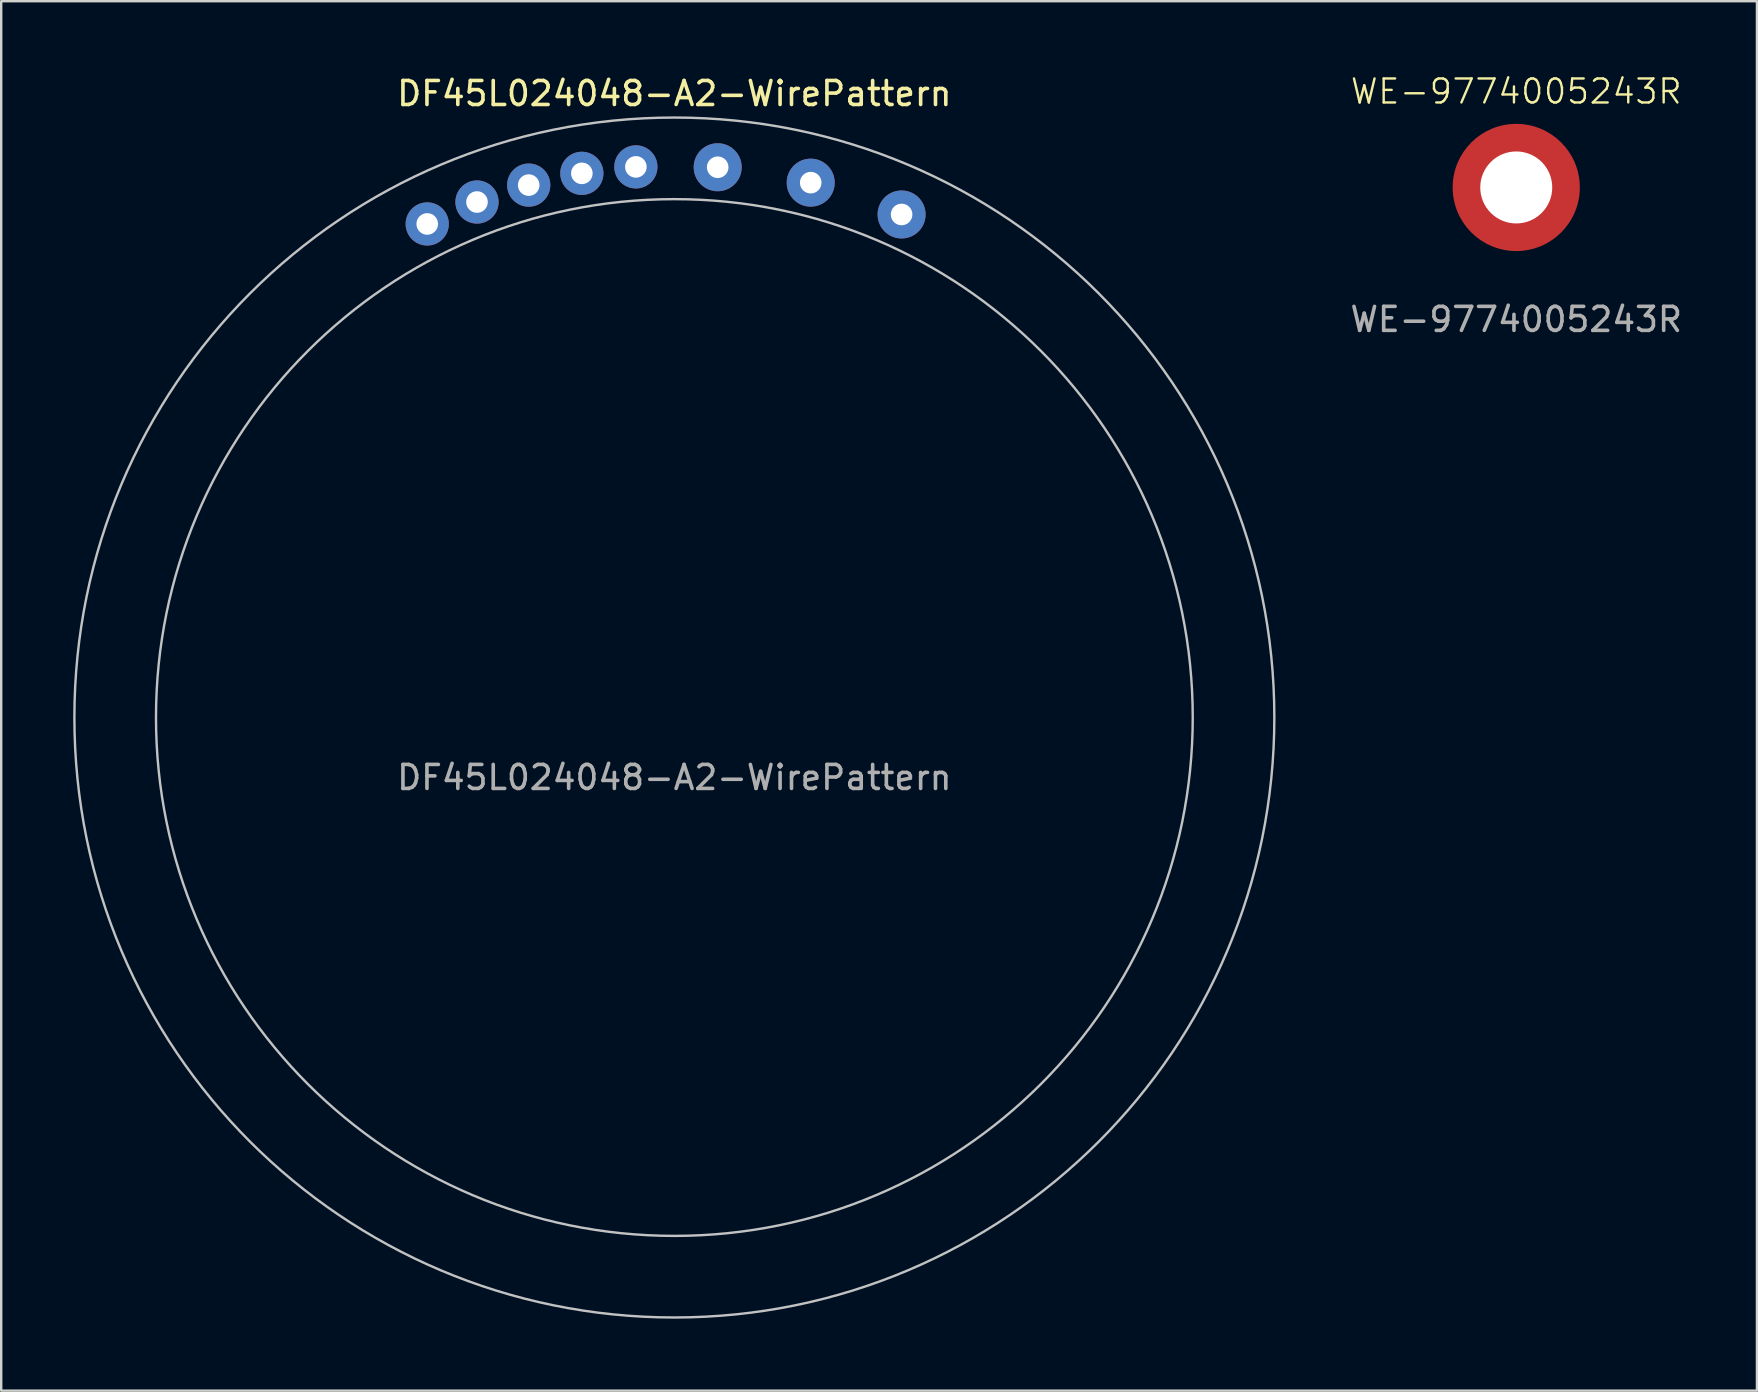
<source format=kicad_pcb>
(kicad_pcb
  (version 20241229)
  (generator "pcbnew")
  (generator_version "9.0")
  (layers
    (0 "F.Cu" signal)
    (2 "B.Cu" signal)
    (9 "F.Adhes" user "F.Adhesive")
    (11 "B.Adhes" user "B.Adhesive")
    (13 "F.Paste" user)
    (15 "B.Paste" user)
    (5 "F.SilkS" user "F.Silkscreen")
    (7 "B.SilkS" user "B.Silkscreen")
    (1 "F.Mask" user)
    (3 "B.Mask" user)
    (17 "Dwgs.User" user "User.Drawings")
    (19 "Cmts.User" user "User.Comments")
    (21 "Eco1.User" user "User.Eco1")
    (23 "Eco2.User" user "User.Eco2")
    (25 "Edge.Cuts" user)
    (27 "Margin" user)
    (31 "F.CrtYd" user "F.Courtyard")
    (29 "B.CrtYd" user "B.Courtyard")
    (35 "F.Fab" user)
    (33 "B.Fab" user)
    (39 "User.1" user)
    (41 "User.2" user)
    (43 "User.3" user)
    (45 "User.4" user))
  (footprint "WE-9774005243R"
    (layer "F.Cu")
    (at 60.13 4.761)
    (property "Reference" "WE-9774005243R" (at 0 -4 0) (unlocked yes) (layer "F.SilkS") (effects (font (size 1 1) (thickness 0.1))))
    (attr smd)
    (fp_text user "${REFERENCE}" (at 0 5.5 0) (unlocked yes) (layer "F.Fab") (effects (font (size 1 1) (thickness 0.15))))
    (pad "" np_thru_hole circle (at 0 0) (size 5.3 5.3) (drill 3) (layers "F.Cu" "F.Mask")))
  (footprint "DF45L024048-A2-WirePattern"
    (layer "F.Cu")
    (at 25.05 26.848)
    (property "Reference" "DF45L024048-A2-WirePattern" (at 0 -26 0) (unlocked yes) (layer "F.SilkS") (effects (font (size 1 1) (thickness 0.15))))
    (attr through_hole)
    (fp_circle (center 0 0) (end 21.6 0) (stroke (width 0.1) (type default)) (fill no) (layer "Dwgs.User"))
    (fp_circle (center 0 0) (end 25 0) (stroke (width 0.1) (type default)) (fill no) (layer "Dwgs.User"))
    (fp_text user "${REFERENCE}" (at 0 2.5 0) (unlocked yes) (layer "F.Fab") (effects (font (size 1 1) (thickness 0.15))))
    (pad "1" thru_hole circle (at 5.681 -22.287) (size 2 2) (drill 0.9) (layers "*.Cu" "*.Mask"))
    (pad "2" thru_hole circle (at 9.468 -20.961) (size 2 2) (drill 0.9) (layers "*.Cu" "*.Mask"))
    (pad "3" thru_hole circle (at 1.805 -22.929) (size 2 2) (drill 0.9) (layers "*.Cu" "*.Mask"))
    (pad "4" thru_hole circle (at -10.298 -20.566) (size 1.8 1.8) (drill 0.9) (layers "*.Cu" "*.Mask"))
    (pad "5" thru_hole circle (at -1.604 -22.944) (size 1.8 1.8) (drill 0.9) (layers "*.Cu" "*.Mask"))
    (pad "6" thru_hole circle (at -3.855 -22.675) (size 1.8 1.8) (drill 0.9) (layers "*.Cu" "*.Mask"))
    (pad "7" thru_hole circle (at -6.069 -22.185) (size 1.8 1.8) (drill 0.9) (layers "*.Cu" "*.Mask"))
    (pad "8" thru_hole circle (at -8.224 -21.48) (size 1.8 1.8) (drill 0.9) (layers "*.Cu" "*.Mask")))
  (gr_rect
    (start -3 -3)
    (end 70.16 54.898)
    (stroke (width 0.1) (type default))
    (fill no)
    (layer "Edge.Cuts")))
</source>
